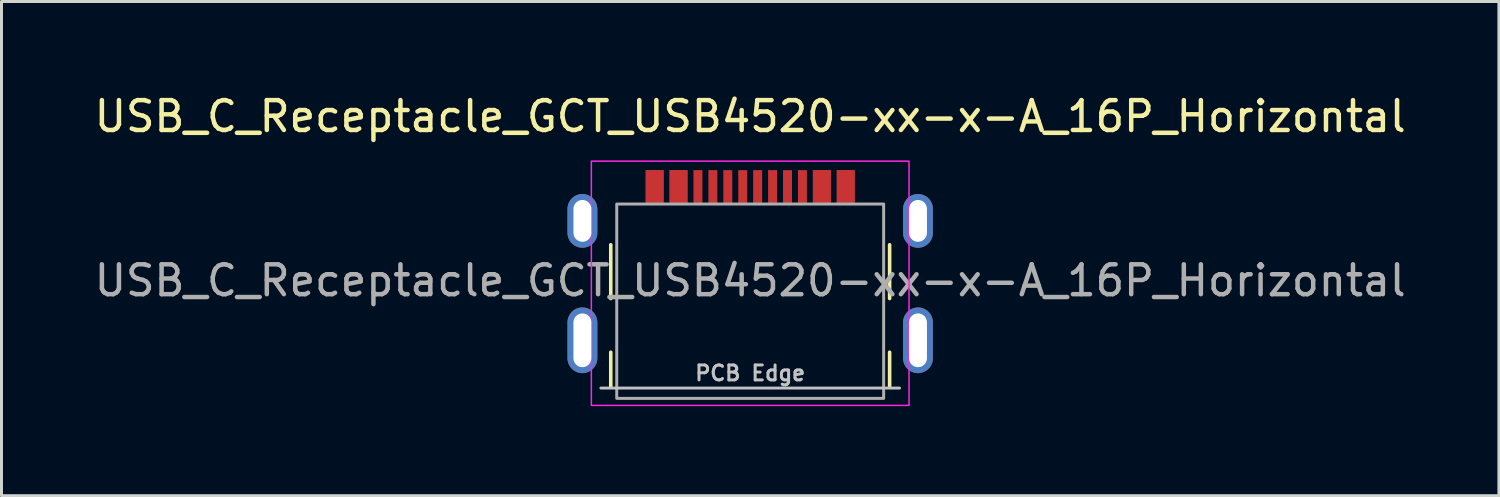
<source format=kicad_pcb>
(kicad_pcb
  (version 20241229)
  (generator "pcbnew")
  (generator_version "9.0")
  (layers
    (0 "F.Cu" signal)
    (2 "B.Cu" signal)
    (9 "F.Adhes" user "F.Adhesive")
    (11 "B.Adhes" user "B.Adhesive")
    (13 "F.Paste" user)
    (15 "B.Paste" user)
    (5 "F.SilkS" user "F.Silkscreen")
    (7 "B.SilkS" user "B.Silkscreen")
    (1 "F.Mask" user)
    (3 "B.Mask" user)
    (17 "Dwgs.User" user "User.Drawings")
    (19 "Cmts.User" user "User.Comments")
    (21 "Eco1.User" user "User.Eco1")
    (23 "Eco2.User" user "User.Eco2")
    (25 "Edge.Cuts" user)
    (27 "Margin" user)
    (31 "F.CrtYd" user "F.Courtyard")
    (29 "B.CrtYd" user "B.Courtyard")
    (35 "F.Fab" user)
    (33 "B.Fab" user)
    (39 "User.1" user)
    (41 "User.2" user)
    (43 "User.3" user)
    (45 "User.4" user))
  (footprint "USB_C_Receptacle_GCT_USB4520-xx-x-A_16P_Horizontal"
    (layer "F.Cu")
    (at 22.077 6.348)
    (property "Reference" "USB_C_Receptacle_GCT_USB4520-xx-x-A_16P_Horizontal" (at 0 -5.5 0) (unlocked yes) (layer "F.SilkS") (effects (font (size 1 1) (thickness 0.15))))
    (attr smd)
    (fp_line (start -4.67 0.6) (end -4.67 -1.2) (stroke (width 0.12) (type solid)) (layer "F.SilkS"))
    (fp_line (start -4.67 2.4) (end -4.67 3.55) (stroke (width 0.12) (type solid)) (layer "F.SilkS"))
    (fp_line (start 4.67 0.6) (end 4.67 -1.2) (stroke (width 0.12) (type solid)) (layer "F.SilkS"))
    (fp_line (start 4.67 2.4) (end 4.67 3.55) (stroke (width 0.12) (type solid)) (layer "F.SilkS"))
    (fp_line (start 5 3.6) (end -5 3.6) (stroke (width 0.1) (type solid)) (layer "Dwgs.User"))
    (fp_rect (start -5.32 -4) (end 5.32 4.18) (stroke (width 0.05) (type solid)) (fill no) (layer "F.CrtYd"))
    (fp_rect (start -4.47 -2.565) (end 4.47 3.945) (stroke (width 0.1) (type solid)) (fill no) (layer "F.Fab"))
    (fp_text user "PCB Edge" (at 0 3.1 0) (unlocked yes) (layer "Dwgs.User") (effects (font (size 0.5 0.5) (thickness 0.1))))
    (fp_text user "${REFERENCE}" (at 0 0 0) (unlocked yes) (layer "F.Fab") (effects (font (size 1 1) (thickness 0.15))))
    (pad "A1" smd rect (at -3.2 -3.15) (size 0.6 1.1) (layers "F.Cu" "F.Mask" "F.Paste"))
    (pad "A4" smd rect (at -2.4 -3.15) (size 0.6 1.1) (layers "F.Cu" "F.Mask" "F.Paste"))
    (pad "A5" smd rect (at -1.25 -3.15) (size 0.3 1.1) (layers "F.Cu" "F.Mask" "F.Paste"))
    (pad "A6" smd rect (at -0.25 -3.15) (size 0.3 1.1) (layers "F.Cu" "F.Mask" "F.Paste"))
    (pad "A7" smd rect (at 0.25 -3.15) (size 0.3 1.1) (layers "F.Cu" "F.Mask" "F.Paste"))
    (pad "A8" smd rect (at 1.25 -3.15) (size 0.3 1.1) (layers "F.Cu" "F.Mask" "F.Paste"))
    (pad "A9" smd rect (at 2.4 -3.15) (size 0.6 1.1) (layers "F.Cu" "F.Mask" "F.Paste"))
    (pad "A12" smd rect (at 3.2 -3.15) (size 0.6 1.1) (layers "F.Cu" "F.Mask" "F.Paste"))
    (pad "B1" smd rect (at 3.2 -3.15) (size 0.6 1.1) (layers "F.Cu" "F.Mask" "F.Paste"))
    (pad "B4" smd rect (at 2.4 -3.15) (size 0.6 1.1) (layers "F.Cu" "F.Mask" "F.Paste"))
    (pad "B5" smd rect (at 1.75 -3.15) (size 0.3 1.1) (layers "F.Cu" "F.Mask" "F.Paste"))
    (pad "B6" smd rect (at 0.75 -3.15) (size 0.3 1.1) (layers "F.Cu" "F.Mask" "F.Paste"))
    (pad "B7" smd rect (at -0.75 -3.15) (size 0.3 1.1) (layers "F.Cu" "F.Mask" "F.Paste"))
    (pad "B8" smd rect (at -1.75 -3.15) (size 0.3 1.1) (layers "F.Cu" "F.Mask" "F.Paste"))
    (pad "B9" smd rect (at -2.4 -3.15) (size 0.6 1.1) (layers "F.Cu" "F.Mask" "F.Paste"))
    (pad "B12" smd rect (at -3.2 -3.15) (size 0.6 1.1) (layers "F.Cu" "F.Mask" "F.Paste"))
    (pad "S1" thru_hole oval (at -5.62 -2) (size 1 1.8) (drill oval 0.6 1.4) (layers "*.Cu" "*.Mask"))
    (pad "S1" thru_hole oval (at -5.62 2) (size 1 2.2) (drill oval 0.6 1.8) (layers "*.Cu" "*.Mask"))
    (pad "S1" thru_hole oval (at 5.62 -2) (size 1 1.8) (drill oval 0.6 1.4) (layers "*.Cu" "*.Mask"))
    (pad "S1" thru_hole oval (at 5.62 2) (size 1 2.2) (drill oval 0.6 1.8) (layers "*.Cu" "*.Mask")))
  (gr_rect
    (start -3 -3)
    (end 47.155 13.553)
    (stroke (width 0.1) (type default))
    (fill no)
    (layer "Edge.Cuts")))
</source>
